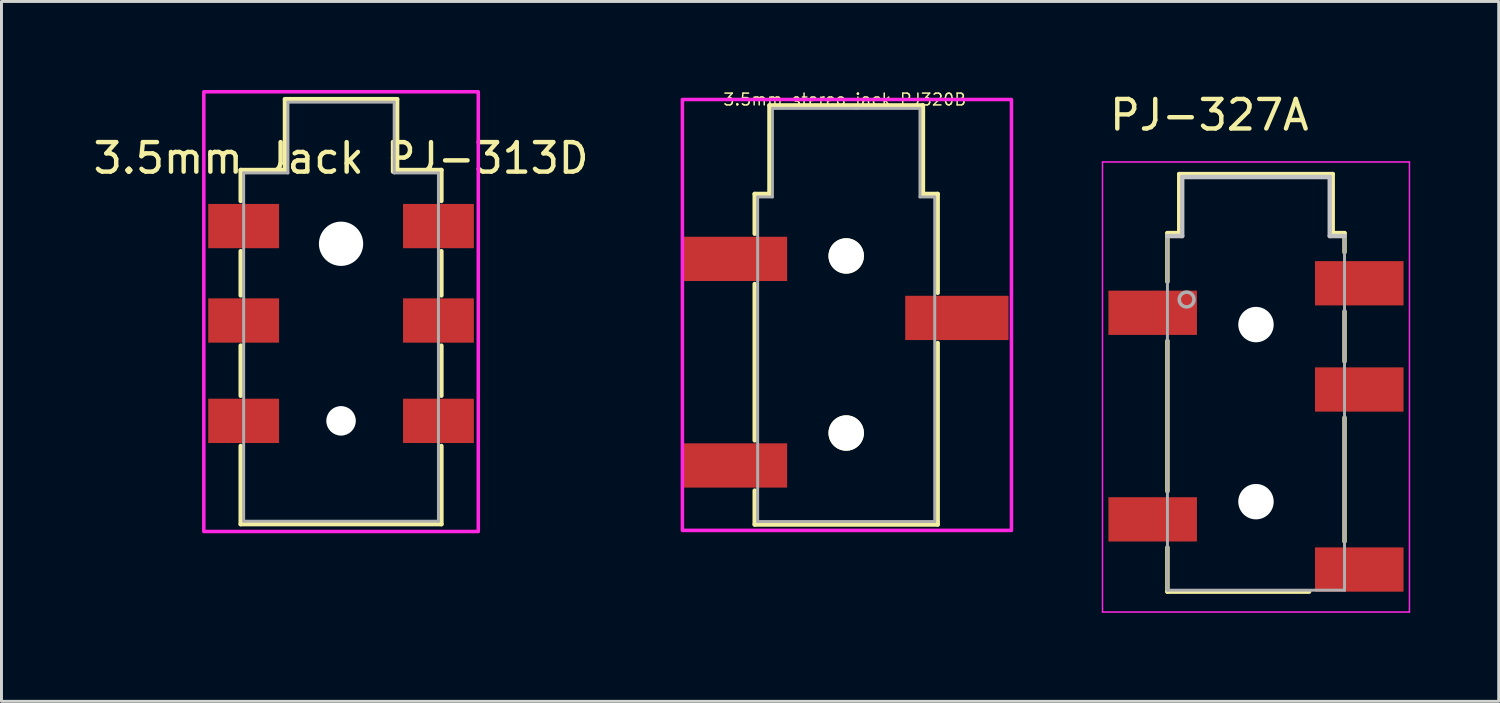
<source format=kicad_pcb>
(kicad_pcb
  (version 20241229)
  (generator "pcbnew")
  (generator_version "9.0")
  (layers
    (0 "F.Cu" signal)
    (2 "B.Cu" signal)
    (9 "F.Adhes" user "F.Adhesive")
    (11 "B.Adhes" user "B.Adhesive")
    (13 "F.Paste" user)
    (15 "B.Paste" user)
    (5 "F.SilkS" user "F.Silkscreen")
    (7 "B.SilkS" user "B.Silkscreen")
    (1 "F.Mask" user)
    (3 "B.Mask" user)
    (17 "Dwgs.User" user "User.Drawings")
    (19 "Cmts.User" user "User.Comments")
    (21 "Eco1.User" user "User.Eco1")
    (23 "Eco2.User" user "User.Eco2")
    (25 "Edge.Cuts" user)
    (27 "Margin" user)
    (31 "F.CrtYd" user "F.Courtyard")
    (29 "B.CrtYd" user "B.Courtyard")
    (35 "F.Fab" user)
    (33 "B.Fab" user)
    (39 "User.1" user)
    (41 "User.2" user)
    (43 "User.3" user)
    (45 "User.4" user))
  (footprint "3.5mm_stereo_jack_PJ320B"
    (layer "F.Cu")
    (at 25.622 3.622)
    (property "Reference" "3.5mm_stereo_jack_PJ320B" (at -0.05 -3.3 0) (layer "F.SilkS") (effects (font (size 0.399 0.399) (thickness 0.051))))
    (attr smd)
    (fp_line (start -3.1 -0.1) (end -3.1 1.25) (stroke (width 0.15) (type default)) (layer "F.SilkS"))
    (fp_line (start -3.1 2.95) (end -3.1 8.25) (stroke (width 0.15) (type default)) (layer "F.SilkS"))
    (fp_line (start -3.1 9.95) (end -3.1 11.1) (stroke (width 0.15) (type default)) (layer "F.SilkS"))
    (fp_line (start -3.1 11.1) (end 3.1 11.1) (stroke (width 0.15) (type default)) (layer "F.SilkS"))
    (fp_line (start -2.6 -3.1) (end -2.6 -0.1) (stroke (width 0.15) (type default)) (layer "F.SilkS"))
    (fp_line (start -2.6 -0.1) (end -3.1 -0.1) (stroke (width 0.15) (type default)) (layer "F.SilkS"))
    (fp_line (start 2.6 -3.1) (end -2.6 -3.1) (stroke (width 0.15) (type default)) (layer "F.SilkS"))
    (fp_line (start 2.6 -0.1) (end 2.6 -3.1) (stroke (width 0.15) (type default)) (layer "F.SilkS"))
    (fp_line (start 3.1 -0.1) (end 2.6 -0.1) (stroke (width 0.15) (type default)) (layer "F.SilkS"))
    (fp_line (start 3.1 3.25) (end 3.1 -0.1) (stroke (width 0.15) (type default)) (layer "F.SilkS"))
    (fp_line (start 3.1 11.1) (end 3.1 4.95) (stroke (width 0.15) (type default)) (layer "F.SilkS"))
    (fp_rect (start -5.55 -3.3) (end 5.6 11.3) (stroke (width 0.12) (type default)) (fill no) (layer "F.CrtYd"))
    (fp_line (start -3 0) (end -2.5 0) (stroke (width 0.1) (type default)) (layer "F.Fab"))
    (fp_line (start -3 11) (end -3 0) (stroke (width 0.1) (type default)) (layer "F.Fab"))
    (fp_line (start -2.5 -3) (end 2.5 -3) (stroke (width 0.1) (type solid)) (layer "F.Fab"))
    (fp_line (start -2.5 0) (end -2.5 -3) (stroke (width 0.1) (type default)) (layer "F.Fab"))
    (fp_line (start 2.5 -3) (end 2.5 0) (stroke (width 0.1) (type default)) (layer "F.Fab"))
    (fp_line (start 2.5 0) (end 3 0) (stroke (width 0.1) (type default)) (layer "F.Fab"))
    (fp_line (start 3 0) (end 3 11) (stroke (width 0.1) (type default)) (layer "F.Fab"))
    (fp_line (start 3 11) (end -3 11) (stroke (width 0.1) (type default)) (layer "F.Fab"))
    (dimension (type center) (layer "Eco1.User") (pts (xy 25.622 3.622) (xy 25.622 4.322)) (style (thickness 0.1) (arrow_length 1.27) (text_position_mode 0) (extension_offset 0.5) (keep_text_aligned yes)))
    (pad "" np_thru_hole circle (at 0 2) (size 1.2 1.2) (drill 1.2) (layers "*.Cu" "*.Mask" "F.SilkS"))
    (pad "" np_thru_hole circle (at 0 8) (size 1.2 1.2) (drill 1.2) (layers "*.Cu" "*.Mask" "F.SilkS"))
    (pad "R" smd rect (at 3.75 4.1) (size 3.5 1.5) (layers "F.Cu" "F.Mask" "F.Paste"))
    (pad "S" smd rect (at -3.75 2.1) (size 3.5 1.5) (layers "F.Cu" "F.Mask" "F.Paste"))
    (pad "T" smd rect (at -3.75 9.1) (size 3.5 1.5) (layers "F.Cu" "F.Mask" "F.Paste")))
  (footprint "PJ-327A"
    (layer "F.Cu")
    (at 39.507 4.948)
    (property "Reference" "PJ-327A" (at -1.58 -4.1 0) (layer "F.SilkS") (effects (font (size 1 1) (thickness 0.15))))
    (attr smd)
    (fp_line (start -3 -0.1) (end -3 1.55) (stroke (width 0.15) (type solid)) (layer "F.SilkS"))
    (fp_line (start -3 -0.1) (end -2.6 -0.1) (stroke (width 0.15) (type solid)) (layer "F.SilkS"))
    (fp_line (start -3 3.55) (end -3 8.65) (stroke (width 0.15) (type solid)) (layer "F.SilkS"))
    (fp_line (start -3 10.55) (end -3 12.05) (stroke (width 0.15) (type solid)) (layer "F.SilkS"))
    (fp_line (start -3 12.05) (end 1.8 12.05) (stroke (width 0.15) (type solid)) (layer "F.SilkS"))
    (fp_line (start -2.6 -2.1) (end 2.6 -2.1) (stroke (width 0.15) (type solid)) (layer "F.SilkS"))
    (fp_line (start -2.6 -0.1) (end -2.6 -2.1) (stroke (width 0.15) (type solid)) (layer "F.SilkS"))
    (fp_line (start 2.6 -2.1) (end 2.6 -0.1) (stroke (width 0.15) (type solid)) (layer "F.SilkS"))
    (fp_line (start 2.6 -0.1) (end 3 -0.1) (stroke (width 0.15) (type solid)) (layer "F.SilkS"))
    (fp_line (start 3 0.55) (end 3 -0.1) (stroke (width 0.15) (type solid)) (layer "F.SilkS"))
    (fp_line (start 3 2.55) (end 3 4.25) (stroke (width 0.15) (type solid)) (layer "F.SilkS"))
    (fp_line (start 3 6.15) (end 3 10.35) (stroke (width 0.15) (type solid)) (layer "F.SilkS"))
    (fp_line (start -2.5 -2) (end -2.5 0) (stroke (width 0.15) (type solid)) (layer "Dwgs.User"))
    (fp_line (start -2.5 0) (end -3 0) (stroke (width 0.15) (type solid)) (layer "Dwgs.User"))
    (fp_line (start 2.5 -2) (end -2.5 -2) (stroke (width 0.15) (type solid)) (layer "Dwgs.User"))
    (fp_line (start 2.5 0) (end 2.5 -2) (stroke (width 0.15) (type solid)) (layer "Dwgs.User"))
    (fp_line (start 3 0) (end 2.5 0) (stroke (width 0.15) (type solid)) (layer "Dwgs.User"))
    (fp_line (start -5.2 -2.51) (end -5.2 12.74) (stroke (width 0.05) (type solid)) (layer "F.CrtYd"))
    (fp_line (start -5.2 -2.51) (end 5.2 -2.51) (stroke (width 0.05) (type solid)) (layer "F.CrtYd"))
    (fp_line (start -5.2 12.74) (end 5.2 12.74) (stroke (width 0.05) (type solid)) (layer "F.CrtYd"))
    (fp_line (start 5.2 12.74) (end 5.2 -2.51) (stroke (width 0.05) (type solid)) (layer "F.CrtYd"))
    (fp_line (start -3 0) (end -3 12) (stroke (width 0.1) (type solid)) (layer "F.Fab"))
    (fp_line (start -3 12) (end 3 12) (stroke (width 0.1) (type solid)) (layer "F.Fab"))
    (fp_line (start -2.5 -2) (end -2.5 0) (stroke (width 0.1) (type solid)) (layer "F.Fab"))
    (fp_line (start -2.5 0) (end -3 0) (stroke (width 0.1) (type solid)) (layer "F.Fab"))
    (fp_line (start 2.5 -2) (end -2.5 -2) (stroke (width 0.1) (type solid)) (layer "F.Fab"))
    (fp_line (start 2.5 0) (end 2.5 -2) (stroke (width 0.1) (type solid)) (layer "F.Fab"))
    (fp_line (start 3 0) (end 2.5 0) (stroke (width 0.1) (type solid)) (layer "F.Fab"))
    (fp_line (start 3 12) (end 3 0) (stroke (width 0.1) (type solid)) (layer "F.Fab"))
    (fp_circle (center -2.35 2.15) (end -2.1 2.15) (stroke (width 0.12) (type solid)) (fill no) (layer "F.Fab"))
    (pad "" np_thru_hole circle (at 0 3) (size 1.2 1.2) (drill 1.2) (layers "*.Cu" "*.Mask"))
    (pad "" np_thru_hole circle (at 0 9) (size 1.2 1.2) (drill 1.2) (layers "*.Cu" "*.Mask"))
    (pad "R" smd rect (at 3.5 5.2) (size 3 1.5) (layers "F.Cu" "F.Mask" "F.Paste"))
    (pad "S" smd rect (at -3.5 2.6) (size 3 1.5) (layers "F.Cu" "F.Mask" "F.Paste"))
    (pad "SN" smd rect (at 3.5 1.6) (size 3 1.5) (layers "F.Cu" "F.Mask" "F.Paste"))
    (pad "T" smd rect (at -3.5 9.6) (size 3 1.5) (layers "F.Cu" "F.Mask" "F.Paste"))
    (pad "TN" smd rect (at 3.5 11.3) (size 3 1.5) (layers "F.Cu" "F.Mask" "F.Paste")))
  (footprint "3.5mm Jack PJ-313D"
    (layer "F.Cu")
    (at 8.506 2.81)
    (property "Reference" "3.5mm Jack PJ-313D" (at 0 -0.5 0) (unlocked yes) (layer "F.SilkS") (effects (font (size 1 1) (thickness 0.15))))
    (attr smd)
    (fp_line (start -3.4 -0.1) (end -3.4 0.95) (stroke (width 0.15) (type default)) (layer "F.SilkS"))
    (fp_line (start -3.4 2.65) (end -3.4 4.15) (stroke (width 0.15) (type default)) (layer "F.SilkS"))
    (fp_line (start -3.4 5.85) (end -3.4 7.55) (stroke (width 0.15) (type default)) (layer "F.SilkS"))
    (fp_line (start -3.4 9.25) (end -3.4 11.9) (stroke (width 0.15) (type default)) (layer "F.SilkS"))
    (fp_line (start -3.4 11.9) (end 3.4 11.9) (stroke (width 0.15) (type default)) (layer "F.SilkS"))
    (fp_line (start -1.9 -2.5) (end -1.9 -0.1) (stroke (width 0.15) (type default)) (layer "F.SilkS"))
    (fp_line (start -1.9 -0.1) (end -3.4 -0.1) (stroke (width 0.15) (type default)) (layer "F.SilkS"))
    (fp_line (start 1.9 -2.5) (end -1.9 -2.5) (stroke (width 0.15) (type default)) (layer "F.SilkS"))
    (fp_line (start 1.9 -0.1) (end 1.9 -2.5) (stroke (width 0.15) (type default)) (layer "F.SilkS"))
    (fp_line (start 3.4 -0.1) (end 1.9 -0.1) (stroke (width 0.15) (type default)) (layer "F.SilkS"))
    (fp_line (start 3.4 0.95) (end 3.4 -0.1) (stroke (width 0.15) (type default)) (layer "F.SilkS"))
    (fp_line (start 3.4 4.15) (end 3.4 2.65) (stroke (width 0.15) (type default)) (layer "F.SilkS"))
    (fp_line (start 3.4 7.55) (end 3.4 5.85) (stroke (width 0.15) (type default)) (layer "F.SilkS"))
    (fp_line (start 3.4 11.9) (end 3.4 9.25) (stroke (width 0.15) (type default)) (layer "F.SilkS"))
    (fp_rect (start -4.65 -2.75) (end 4.65 12.15) (stroke (width 0.12) (type default)) (fill no) (layer "F.CrtYd"))
    (fp_line (start -3.3 0) (end -1.8 0) (stroke (width 0.1) (type default)) (layer "F.Fab"))
    (fp_line (start -3.3 11.8) (end -3.3 0) (stroke (width 0.1) (type default)) (layer "F.Fab"))
    (fp_line (start -1.8 -2.4) (end 1.8 -2.4) (stroke (width 0.1) (type default)) (layer "F.Fab"))
    (fp_line (start -1.8 0) (end -1.8 -2.4) (stroke (width 0.1) (type default)) (layer "F.Fab"))
    (fp_line (start 1.8 -2.4) (end 1.8 0) (stroke (width 0.1) (type default)) (layer "F.Fab"))
    (fp_line (start 1.8 0) (end 3.3 0) (stroke (width 0.1) (type default)) (layer "F.Fab"))
    (fp_line (start 3.3 0) (end 3.3 11.8) (stroke (width 0.1) (type default)) (layer "F.Fab"))
    (fp_line (start 3.3 11.8) (end -3.3 11.8) (stroke (width 0.1) (type default)) (layer "F.Fab"))
    (dimension (type center) (layer "Eco1.User") (pts (xy 8.506 2.81) (xy 8.506 3.26)) (style (thickness 0.1) (arrow_length 1.27) (text_position_mode 0) (extension_offset 0.5) (keep_text_aligned yes)))
    (pad "" np_thru_hole circle (at 0 2.4) (size 1.5 1.5) (drill 1.5) (layers "*.Cu" "*.Mask"))
    (pad "" np_thru_hole circle (at 0 8.4) (size 1 1) (drill 1.5) (layers "*.Cu" "*.Mask"))
    (pad "R" smd rect (at -3.3 5) (size 2.4 1.5) (layers "F.Cu" "F.Mask" "F.Paste"))
    (pad "R" smd rect (at 3.3 5) (size 2.4 1.5) (layers "F.Cu" "F.Mask" "F.Paste"))
    (pad "S" smd rect (at -3.3 1.8) (size 2.4 1.5) (layers "F.Cu" "F.Mask" "F.Paste"))
    (pad "S" smd rect (at 3.3 1.8) (size 2.4 1.5) (layers "F.Cu" "F.Mask" "F.Paste"))
    (pad "T" smd rect (at -3.3 8.4) (size 2.4 1.5) (layers "F.Cu" "F.Mask" "F.Paste"))
    (pad "T" smd rect (at 3.3 8.4) (size 2.4 1.5) (layers "F.Cu" "F.Mask" "F.Paste")))
  (gr_rect
    (start -3 -3)
    (end 47.732 20.713)
    (stroke (width 0.1) (type default))
    (fill no)
    (layer "Edge.Cuts")))
</source>
